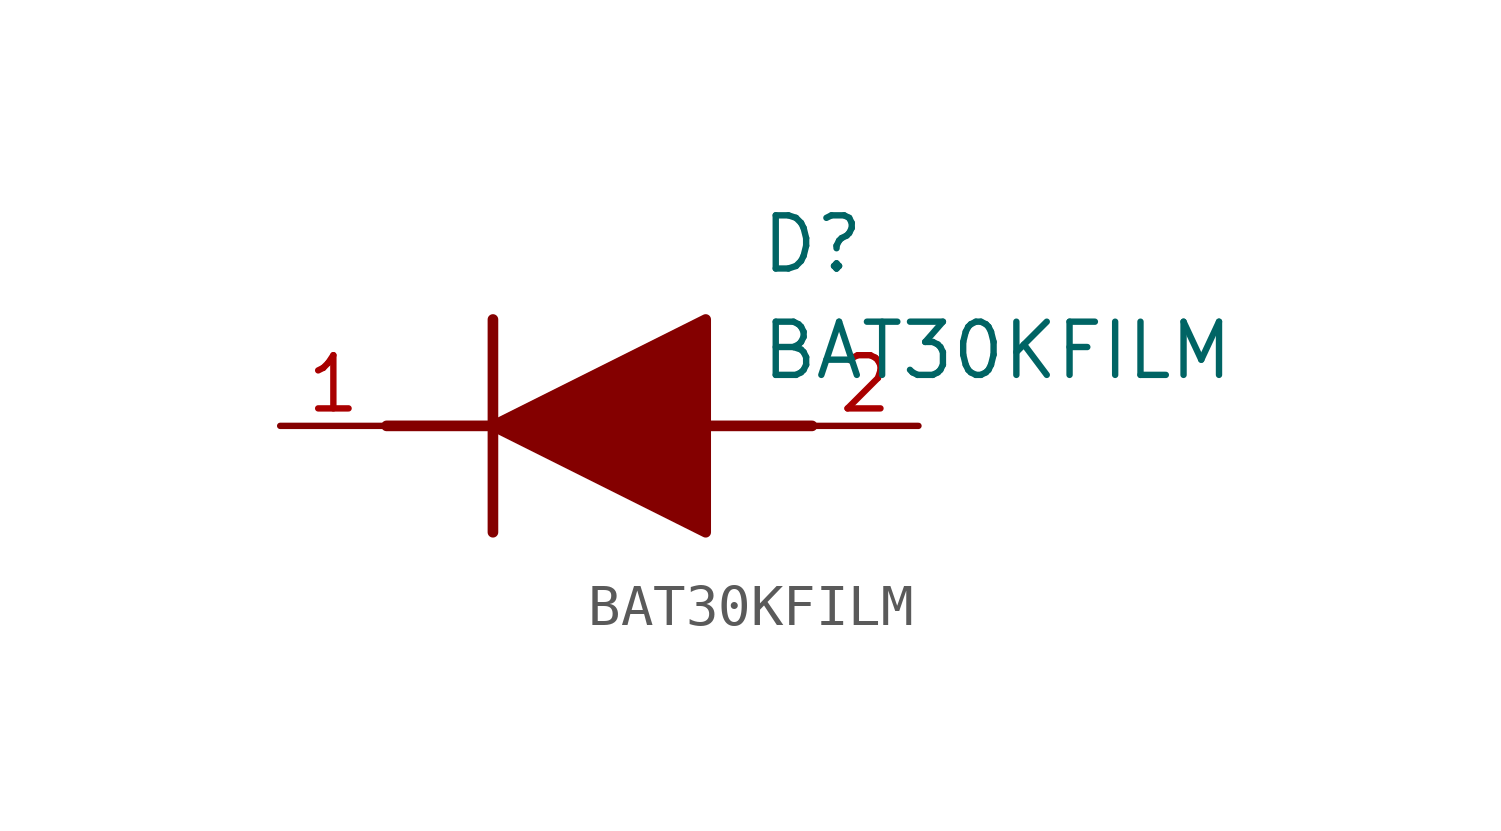
<source format=kicad_sym>
(kicad_symbol_lib
  (version 20241209)
  (generator "kicad_symbol_editor")
  (generator_version "9.0")
  (symbol "BAT30KFILM"
    (pin_names
      (hide yes))
    (property "Reference" "D"
      (at 11.43 5.08 0)
      (effects (font (size 1.27 1.27)) (justify left top)))
    (property "Value" "BAT30KFILM"
      (at 11.43 2.54 0)
      (effects (font (size 1.27 1.27)) (justify left top)))
    (symbol "BAT30KFILM_1_1"
      (polyline (pts (xy 2.54 0) (xy 5.08 0)) (stroke (width 0.254) (type default)) (fill (type none)))
      (polyline (pts (xy 5.08 2.54) (xy 5.08 -2.54)) (stroke (width 0.254) (type default)) (fill (type none)))
      (polyline (pts (xy 5.08 0) (xy 10.16 2.54) (xy 10.16 -2.54) (xy 5.08 0)) (stroke (width 0.254) (type default)) (fill (type outline)))
      (polyline (pts (xy 10.16 0) (xy 12.7 0)) (stroke (width 0.254) (type default)) (fill (type none)))
      (pin passive line (at 0 0 0) (length 2.54) (name "K" (effects (font (size 1.27 1.27)))) (number "1" (effects (font (size 1.27 1.27)))))
      (pin passive line (at 15.24 0 180) (length 2.54) (name "A" (effects (font (size 1.27 1.27)))) (number "2" (effects (font (size 1.27 1.27))))))))
</source>
